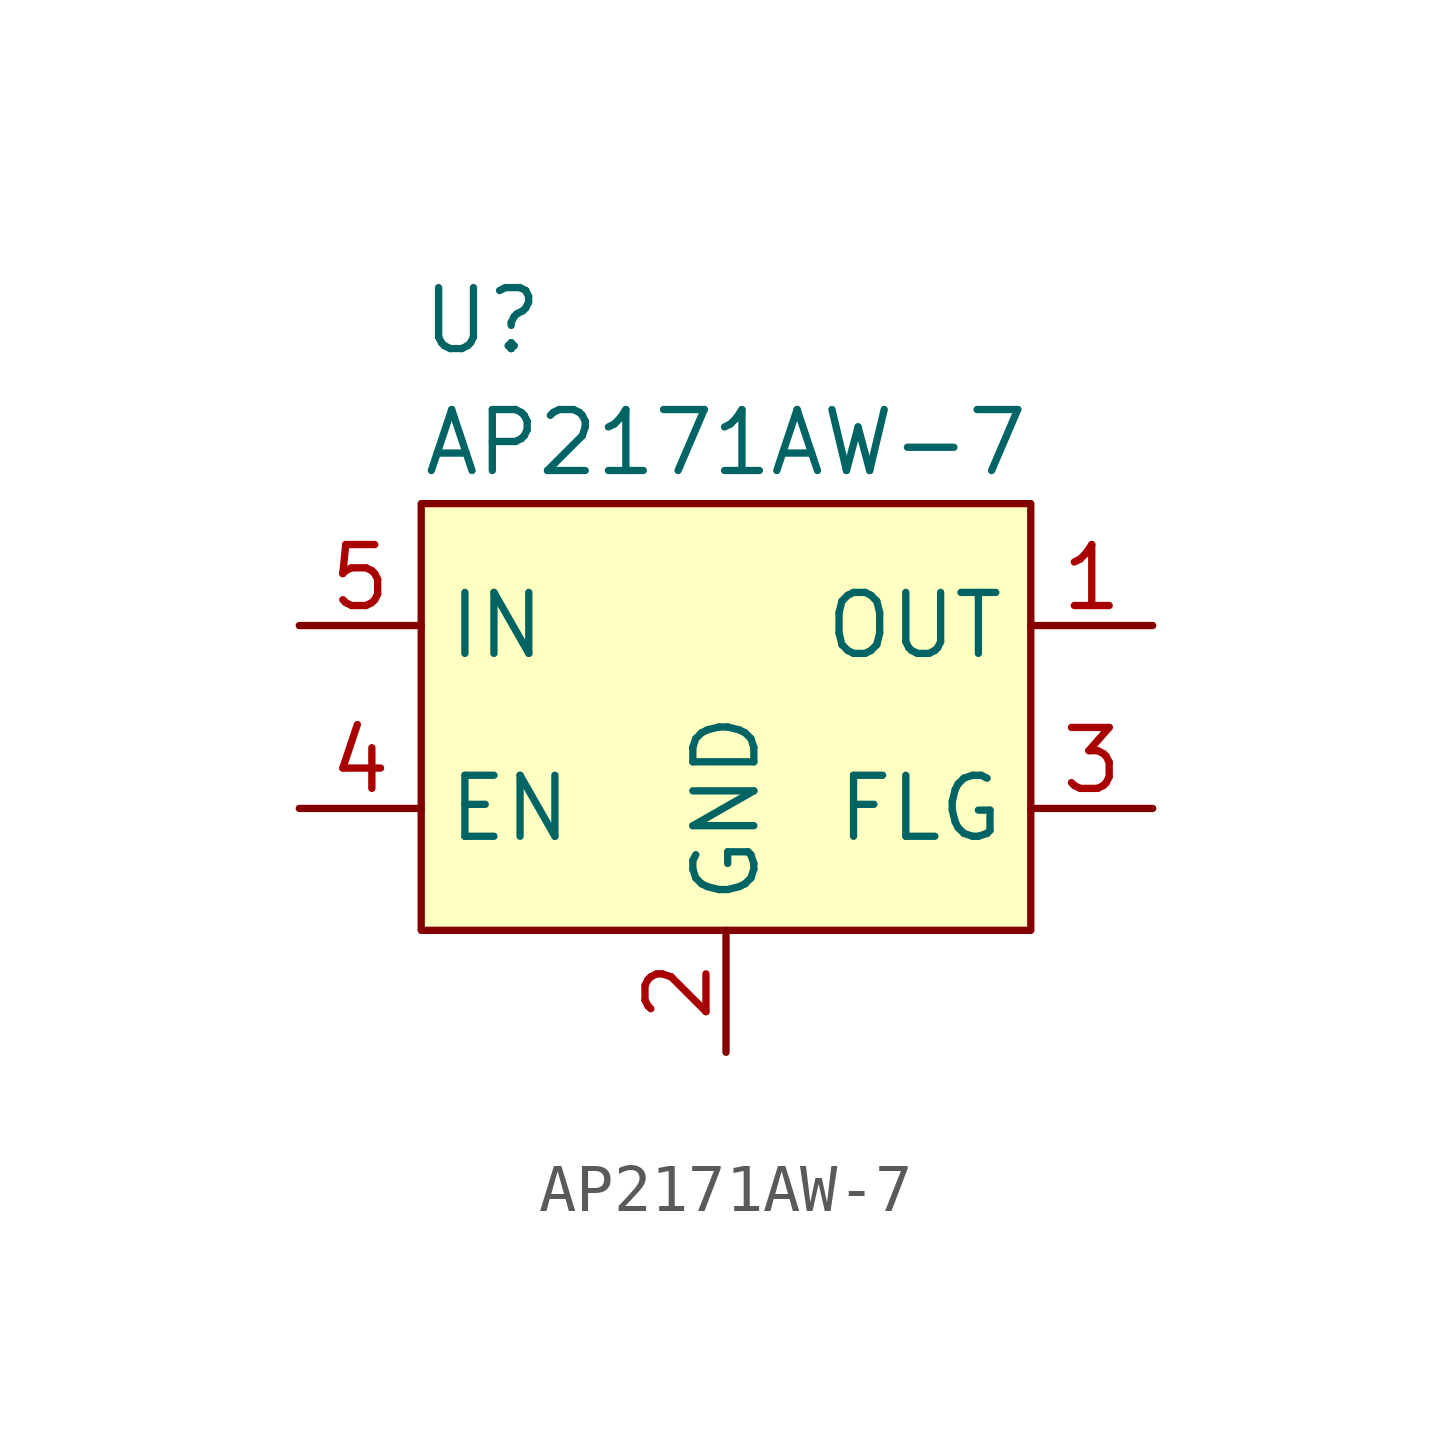
<source format=kicad_sym>
(kicad_symbol_lib
  (version 20211014)
  (generator kicad_symbol_editor)
  (symbol "AP2171AW-7"
    (property "Reference" "U"
      (at -5.08 7.62 0)
      (effects (font (size 1.27 1.27))))
    (property "Value" "AP2171AW-7"
      (at 0 5.08 0)
      (effects (font (size 1.27 1.27))))
    (symbol "AP2171AW-7_0_1"
      (rectangle (start -6.35 3.81) (end 6.35 -5.08) (stroke (width 0) (type default) (color 0 0 0 0)) (fill (type background))))
    (symbol "AP2171AW-7_1_1"
      (pin passive line (at 8.89 1.27 180) (length 2.54) (name "OUT" (effects (font (size 1.27 1.27)))) (number "1" (effects (font (size 1.27 1.27)))))
      (pin passive line (at 0 -7.62 90) (length 2.54) (name "GND" (effects (font (size 1.27 1.27)))) (number "2" (effects (font (size 1.27 1.27)))))
      (pin passive line (at 8.89 -2.54 180) (length 2.54) (name "FLG" (effects (font (size 1.27 1.27)))) (number "3" (effects (font (size 1.27 1.27)))))
      (pin passive line (at -8.89 -2.54 0) (length 2.54) (name "EN" (effects (font (size 1.27 1.27)))) (number "4" (effects (font (size 1.27 1.27)))))
      (pin passive line (at -8.89 1.27 0) (length 2.54) (name "IN" (effects (font (size 1.27 1.27)))) (number "5" (effects (font (size 1.27 1.27))))))))
</source>
